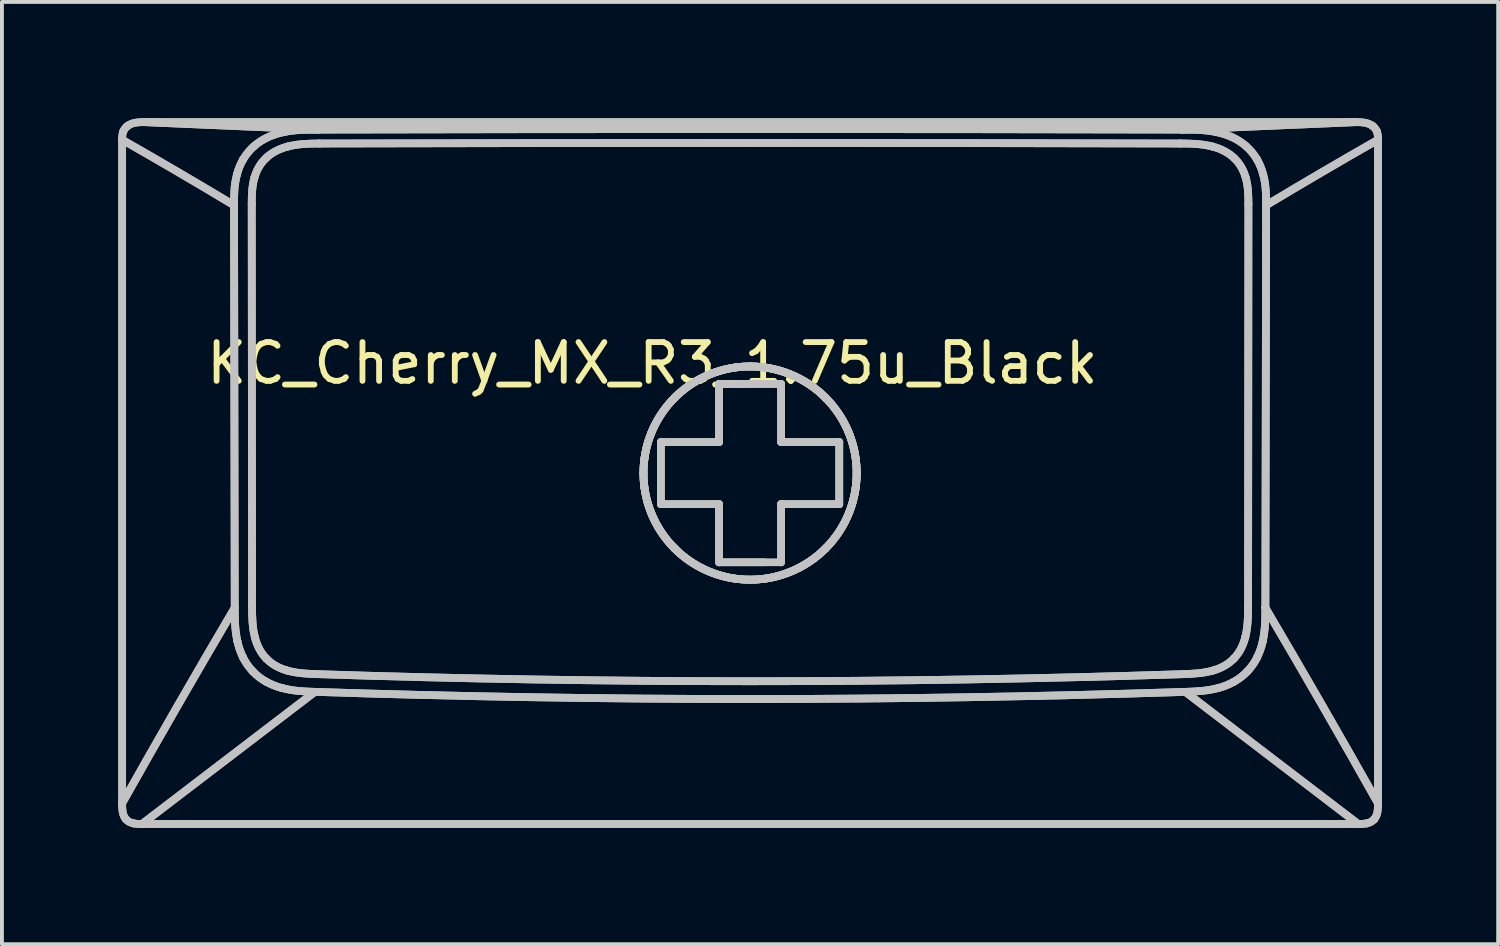
<source format=kicad_pcb>
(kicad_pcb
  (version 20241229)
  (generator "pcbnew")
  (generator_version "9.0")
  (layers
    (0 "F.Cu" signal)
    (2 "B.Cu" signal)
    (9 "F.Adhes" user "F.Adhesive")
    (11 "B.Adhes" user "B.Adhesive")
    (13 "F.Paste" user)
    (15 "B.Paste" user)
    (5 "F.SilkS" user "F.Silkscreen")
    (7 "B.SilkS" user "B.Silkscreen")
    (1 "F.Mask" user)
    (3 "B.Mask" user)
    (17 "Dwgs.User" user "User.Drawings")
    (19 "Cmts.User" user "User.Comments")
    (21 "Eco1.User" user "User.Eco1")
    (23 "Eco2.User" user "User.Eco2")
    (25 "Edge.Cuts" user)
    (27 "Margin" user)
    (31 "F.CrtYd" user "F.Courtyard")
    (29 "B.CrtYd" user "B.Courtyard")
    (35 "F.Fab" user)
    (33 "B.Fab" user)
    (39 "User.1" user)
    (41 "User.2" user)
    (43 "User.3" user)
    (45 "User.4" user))
  (footprint "KC_Cherry_MX_R3_1.75u_Black"
    (layer "F.Cu")
    (at 16.314 9.111)
    (property "Reference" "KC_Cherry_MX_R3_1.75u_Black" (at -2.54 -2.794 0) (layer "F.SilkS") (effects (font (size 1 1) (thickness 0.15))))
    (attr allow_missing_courtyard)
    (fp_line (start -16.214 8.556) (end -16.214 -8.557) (stroke (width 0.2) (type default)) (layer "Dwgs.User"))
    (fp_line (start -16.214 8.556) (end -16.214 -8.557) (stroke (width 0.2) (type default)) (layer "Dwgs.User"))
    (fp_line (start -15.703 9.089) (end -11.243 5.682) (stroke (width 0.2) (type default)) (layer "Dwgs.User"))
    (fp_line (start -15.703 9.089) (end -11.243 5.682) (stroke (width 0.2) (type default)) (layer "Dwgs.User"))
    (fp_line (start -15.646 -9.011) (end -11.151 -8.819) (stroke (width 0.2) (type default)) (layer "Dwgs.User"))
    (fp_line (start -15.646 -9.011) (end -11.151 -8.819) (stroke (width 0.2) (type default)) (layer "Dwgs.User"))
    (fp_line (start -15.646 -9.011) (end 15.606 -9.011) (stroke (width 0.2) (type default)) (layer "Dwgs.User"))
    (fp_line (start -15.646 -9.011) (end 15.606 -9.011) (stroke (width 0.2) (type default)) (layer "Dwgs.User"))
    (fp_line (start -13.328 -6.866) (end -13.31 3.513) (stroke (width 0.2) (type default)) (layer "Dwgs.User"))
    (fp_line (start -13.328 -6.866) (end -13.31 3.513) (stroke (width 0.2) (type default)) (layer "Dwgs.User"))
    (fp_line (start -12.872 -6.895) (end -12.864 3.484) (stroke (width 0.2) (type default)) (layer "Dwgs.User"))
    (fp_line (start -12.872 -6.895) (end -12.864 3.484) (stroke (width 0.2) (type default)) (layer "Dwgs.User"))
    (fp_line (start -2.32 -0.76) (end -0.82 -0.76) (stroke (width 0.2) (type default)) (layer "Dwgs.User"))
    (fp_line (start -2.32 -0.76) (end -0.82 -0.76) (stroke (width 0.2) (type default)) (layer "Dwgs.User"))
    (fp_line (start -2.32 0.84) (end -2.32 -0.76) (stroke (width 0.2) (type default)) (layer "Dwgs.User"))
    (fp_line (start -2.32 0.84) (end -2.32 -0.76) (stroke (width 0.2) (type default)) (layer "Dwgs.User"))
    (fp_line (start -0.82 -2.26) (end 0.78 -2.26) (stroke (width 0.2) (type default)) (layer "Dwgs.User"))
    (fp_line (start -0.82 -2.26) (end 0.78 -2.26) (stroke (width 0.2) (type default)) (layer "Dwgs.User"))
    (fp_line (start -0.82 -0.76) (end -0.82 -2.26) (stroke (width 0.2) (type default)) (layer "Dwgs.User"))
    (fp_line (start -0.82 -0.76) (end -0.82 -2.26) (stroke (width 0.2) (type default)) (layer "Dwgs.User"))
    (fp_line (start -0.82 0.84) (end -2.32 0.84) (stroke (width 0.2) (type default)) (layer "Dwgs.User"))
    (fp_line (start -0.82 0.84) (end -2.32 0.84) (stroke (width 0.2) (type default)) (layer "Dwgs.User"))
    (fp_line (start -0.82 2.34) (end -0.82 0.84) (stroke (width 0.2) (type default)) (layer "Dwgs.User"))
    (fp_line (start -0.82 2.34) (end -0.82 0.84) (stroke (width 0.2) (type default)) (layer "Dwgs.User"))
    (fp_line (start 0.355 -2.685) (end 0.355 -2.685) (stroke (width 0.2) (type default)) (layer "Dwgs.User"))
    (fp_line (start 0.355 2.34) (end -0.82 2.34) (stroke (width 0.2) (type default)) (layer "Dwgs.User"))
    (fp_line (start 0.78 -2.26) (end 0.78 -0.76) (stroke (width 0.2) (type default)) (layer "Dwgs.User"))
    (fp_line (start 0.78 -2.26) (end 0.78 -0.76) (stroke (width 0.2) (type default)) (layer "Dwgs.User"))
    (fp_line (start 0.78 -0.76) (end 2.28 -0.76) (stroke (width 0.2) (type default)) (layer "Dwgs.User"))
    (fp_line (start 0.78 -0.76) (end 2.28 -0.76) (stroke (width 0.2) (type default)) (layer "Dwgs.User"))
    (fp_line (start 0.78 0.84) (end 0.78 2.34) (stroke (width 0.2) (type default)) (layer "Dwgs.User"))
    (fp_line (start 0.78 0.84) (end 0.78 2.34) (stroke (width 0.2) (type default)) (layer "Dwgs.User"))
    (fp_line (start 0.78 2.34) (end -0.82 2.34) (stroke (width 0.2) (type default)) (layer "Dwgs.User"))
    (fp_line (start 2.28 -0.76) (end 2.28 0.84) (stroke (width 0.2) (type default)) (layer "Dwgs.User"))
    (fp_line (start 2.28 -0.76) (end 2.28 0.84) (stroke (width 0.2) (type default)) (layer "Dwgs.User"))
    (fp_line (start 2.28 0.84) (end 0.78 0.84) (stroke (width 0.2) (type default)) (layer "Dwgs.User"))
    (fp_line (start 2.28 0.84) (end 0.78 0.84) (stroke (width 0.2) (type default)) (layer "Dwgs.User"))
    (fp_line (start 11.111 -8.819) (end 15.606 -9.011) (stroke (width 0.2) (type default)) (layer "Dwgs.User"))
    (fp_line (start 11.111 -8.819) (end 15.606 -9.011) (stroke (width 0.2) (type default)) (layer "Dwgs.User"))
    (fp_line (start 12.824 3.484) (end 12.832 -6.895) (stroke (width 0.2) (type default)) (layer "Dwgs.User"))
    (fp_line (start 12.824 3.484) (end 12.832 -6.895) (stroke (width 0.2) (type default)) (layer "Dwgs.User"))
    (fp_line (start 13.27 3.513) (end 13.288 -6.866) (stroke (width 0.2) (type default)) (layer "Dwgs.User"))
    (fp_line (start 13.27 3.513) (end 13.288 -6.866) (stroke (width 0.2) (type default)) (layer "Dwgs.User"))
    (fp_line (start 15.663 9.089) (end -15.703 9.089) (stroke (width 0.2) (type default)) (layer "Dwgs.User"))
    (fp_line (start 15.663 9.089) (end -15.703 9.089) (stroke (width 0.2) (type default)) (layer "Dwgs.User"))
    (fp_line (start 15.663 9.089) (end 11.203 5.682) (stroke (width 0.2) (type default)) (layer "Dwgs.User"))
    (fp_line (start 15.663 9.089) (end 11.203 5.682) (stroke (width 0.2) (type default)) (layer "Dwgs.User"))
    (fp_line (start 16.174 -8.557) (end 16.174 8.556) (stroke (width 0.2) (type default)) (layer "Dwgs.User"))
    (fp_line (start 16.174 -8.557) (end 16.174 8.556) (stroke (width 0.2) (type default)) (layer "Dwgs.User"))
    (fp_curve (pts (xy -16.214 -8.557) (xy -16.214 -8.63) (xy -16.212 -8.706) (xy -16.183 -8.775)) (stroke (width 0.2) (type default)) (layer "Dwgs.User"))
    (fp_curve (pts (xy -16.214 -8.557) (xy -16.214 -8.63) (xy -16.212 -8.706) (xy -16.183 -8.775)) (stroke (width 0.2) (type default)) (layer "Dwgs.User"))
    (fp_curve (pts (xy -16.214 -8.557) (xy -15.226 -7.992) (xy -14.258 -7.427) (xy -13.328 -6.866)) (stroke (width 0.2) (type default)) (layer "Dwgs.User"))
    (fp_curve (pts (xy -16.214 -8.557) (xy -15.226 -7.992) (xy -14.258 -7.427) (xy -13.328 -6.866)) (stroke (width 0.2) (type default)) (layer "Dwgs.User"))
    (fp_curve (pts (xy -16.214 8.556) (xy -15.271 6.879) (xy -14.303 5.198) (xy -13.31 3.513)) (stroke (width 0.2) (type default)) (layer "Dwgs.User"))
    (fp_curve (pts (xy -16.214 8.556) (xy -15.271 6.879) (xy -14.303 5.198) (xy -13.31 3.513)) (stroke (width 0.2) (type default)) (layer "Dwgs.User"))
    (fp_curve (pts (xy -16.183 -8.775) (xy -16.159 -8.832) (xy -16.122 -8.878) (xy -16.072 -8.915)) (stroke (width 0.2) (type default)) (layer "Dwgs.User"))
    (fp_curve (pts (xy -16.183 -8.775) (xy -16.159 -8.832) (xy -16.122 -8.878) (xy -16.072 -8.915)) (stroke (width 0.2) (type default)) (layer "Dwgs.User"))
    (fp_curve (pts (xy -16.121 8.961) (xy -16.213 8.848) (xy -16.214 8.694) (xy -16.214 8.556)) (stroke (width 0.2) (type default)) (layer "Dwgs.User"))
    (fp_curve (pts (xy -16.121 8.961) (xy -16.213 8.848) (xy -16.214 8.694) (xy -16.214 8.556)) (stroke (width 0.2) (type default)) (layer "Dwgs.User"))
    (fp_curve (pts (xy -16.072 -8.915) (xy -15.95 -9.005) (xy -15.792 -9.012) (xy -15.646 -9.011)) (stroke (width 0.2) (type default)) (layer "Dwgs.User"))
    (fp_curve (pts (xy -16.072 -8.915) (xy -15.95 -9.005) (xy -15.792 -9.012) (xy -15.646 -9.011)) (stroke (width 0.2) (type default)) (layer "Dwgs.User"))
    (fp_curve (pts (xy -15.92 9.074) (xy -15.996 9.059) (xy -16.071 9.022) (xy -16.121 8.961)) (stroke (width 0.2) (type default)) (layer "Dwgs.User"))
    (fp_curve (pts (xy -15.92 9.074) (xy -15.996 9.059) (xy -16.071 9.022) (xy -16.121 8.961)) (stroke (width 0.2) (type default)) (layer "Dwgs.User"))
    (fp_curve (pts (xy -15.703 9.089) (xy -15.776 9.092) (xy -15.848 9.087) (xy -15.92 9.074)) (stroke (width 0.2) (type default)) (layer "Dwgs.User"))
    (fp_curve (pts (xy -15.703 9.089) (xy -15.776 9.092) (xy -15.848 9.087) (xy -15.92 9.074)) (stroke (width 0.2) (type default)) (layer "Dwgs.User"))
    (fp_curve (pts (xy -13.328 -6.866) (xy -13.327 -7.097) (xy -13.332 -7.365) (xy -13.252 -7.665)) (stroke (width 0.2) (type default)) (layer "Dwgs.User"))
    (fp_curve (pts (xy -13.328 -6.866) (xy -13.327 -7.097) (xy -13.332 -7.365) (xy -13.252 -7.665)) (stroke (width 0.2) (type default)) (layer "Dwgs.User"))
    (fp_curve (pts (xy -13.252 -7.665) (xy -13.218 -7.798) (xy -13.164 -7.928) (xy -13.09 -8.056)) (stroke (width 0.2) (type default)) (layer "Dwgs.User"))
    (fp_curve (pts (xy -13.252 -7.665) (xy -13.218 -7.798) (xy -13.164 -7.928) (xy -13.09 -8.056)) (stroke (width 0.2) (type default)) (layer "Dwgs.User"))
    (fp_curve (pts (xy -13.24 4.384) (xy -13.311 4.066) (xy -13.309 3.776) (xy -13.31 3.513)) (stroke (width 0.2) (type default)) (layer "Dwgs.User"))
    (fp_curve (pts (xy -13.24 4.384) (xy -13.311 4.066) (xy -13.309 3.776) (xy -13.31 3.513)) (stroke (width 0.2) (type default)) (layer "Dwgs.User"))
    (fp_curve (pts (xy -13.098 4.791) (xy -13.164 4.653) (xy -13.212 4.517) (xy -13.24 4.384)) (stroke (width 0.2) (type default)) (layer "Dwgs.User"))
    (fp_curve (pts (xy -13.098 4.791) (xy -13.164 4.653) (xy -13.212 4.517) (xy -13.24 4.384)) (stroke (width 0.2) (type default)) (layer "Dwgs.User"))
    (fp_curve (pts (xy -13.09 -8.056) (xy -13.015 -8.181) (xy -12.923 -8.292) (xy -12.816 -8.388)) (stroke (width 0.2) (type default)) (layer "Dwgs.User"))
    (fp_curve (pts (xy -13.09 -8.056) (xy -13.015 -8.181) (xy -12.923 -8.292) (xy -12.816 -8.388)) (stroke (width 0.2) (type default)) (layer "Dwgs.User"))
    (fp_curve (pts (xy -12.872 -6.895) (xy -12.872 -7.125) (xy -12.866 -7.359) (xy -12.802 -7.581)) (stroke (width 0.2) (type default)) (layer "Dwgs.User"))
    (fp_curve (pts (xy -12.872 -6.895) (xy -12.872 -7.125) (xy -12.866 -7.359) (xy -12.802 -7.581)) (stroke (width 0.2) (type default)) (layer "Dwgs.User"))
    (fp_curve (pts (xy -12.848 5.15) (xy -12.952 5.038) (xy -13.036 4.918) (xy -13.098 4.791)) (stroke (width 0.2) (type default)) (layer "Dwgs.User"))
    (fp_curve (pts (xy -12.848 5.15) (xy -12.952 5.038) (xy -13.036 4.918) (xy -13.098 4.791)) (stroke (width 0.2) (type default)) (layer "Dwgs.User"))
    (fp_curve (pts (xy -12.816 -8.388) (xy -12.579 -8.598) (xy -12.301 -8.701) (xy -12.048 -8.754)) (stroke (width 0.2) (type default)) (layer "Dwgs.User"))
    (fp_curve (pts (xy -12.816 -8.388) (xy -12.579 -8.598) (xy -12.301 -8.701) (xy -12.048 -8.754)) (stroke (width 0.2) (type default)) (layer "Dwgs.User"))
    (fp_curve (pts (xy -12.802 -7.581) (xy -12.749 -7.771) (xy -12.648 -7.949) (xy -12.504 -8.084)) (stroke (width 0.2) (type default)) (layer "Dwgs.User"))
    (fp_curve (pts (xy -12.802 -7.581) (xy -12.749 -7.771) (xy -12.648 -7.949) (xy -12.504 -8.084)) (stroke (width 0.2) (type default)) (layer "Dwgs.User"))
    (fp_curve (pts (xy -12.792 4.269) (xy -12.857 4.013) (xy -12.863 3.746) (xy -12.864 3.484)) (stroke (width 0.2) (type default)) (layer "Dwgs.User"))
    (fp_curve (pts (xy -12.792 4.269) (xy -12.857 4.013) (xy -12.863 3.746) (xy -12.864 3.484)) (stroke (width 0.2) (type default)) (layer "Dwgs.User"))
    (fp_curve (pts (xy -12.504 -8.084) (xy -12.348 -8.234) (xy -12.148 -8.329) (xy -11.939 -8.383)) (stroke (width 0.2) (type default)) (layer "Dwgs.User"))
    (fp_curve (pts (xy -12.504 -8.084) (xy -12.348 -8.234) (xy -12.148 -8.329) (xy -11.939 -8.383)) (stroke (width 0.2) (type default)) (layer "Dwgs.User"))
    (fp_curve (pts (xy -12.501 4.818) (xy -12.648 4.666) (xy -12.741 4.471) (xy -12.792 4.269)) (stroke (width 0.2) (type default)) (layer "Dwgs.User"))
    (fp_curve (pts (xy -12.501 4.818) (xy -12.648 4.666) (xy -12.741 4.471) (xy -12.792 4.269)) (stroke (width 0.2) (type default)) (layer "Dwgs.User"))
    (fp_curve (pts (xy -12.5 5.42) (xy -12.627 5.35) (xy -12.743 5.26) (xy -12.848 5.15)) (stroke (width 0.2) (type default)) (layer "Dwgs.User"))
    (fp_curve (pts (xy -12.5 5.42) (xy -12.627 5.35) (xy -12.743 5.26) (xy -12.848 5.15)) (stroke (width 0.2) (type default)) (layer "Dwgs.User"))
    (fp_curve (pts (xy -12.099 5.581) (xy -12.231 5.548) (xy -12.365 5.494) (xy -12.5 5.42)) (stroke (width 0.2) (type default)) (layer "Dwgs.User"))
    (fp_curve (pts (xy -12.099 5.581) (xy -12.231 5.548) (xy -12.365 5.494) (xy -12.5 5.42)) (stroke (width 0.2) (type default)) (layer "Dwgs.User"))
    (fp_curve (pts (xy -12.048 -8.754) (xy -11.725 -8.822) (xy -11.425 -8.816) (xy -11.151 -8.819)) (stroke (width 0.2) (type default)) (layer "Dwgs.User"))
    (fp_curve (pts (xy -12.048 -8.754) (xy -11.725 -8.822) (xy -11.425 -8.816) (xy -11.151 -8.819)) (stroke (width 0.2) (type default)) (layer "Dwgs.User"))
    (fp_curve (pts (xy -11.972 5.128) (xy -12.17 5.07) (xy -12.358 4.969) (xy -12.501 4.818)) (stroke (width 0.2) (type default)) (layer "Dwgs.User"))
    (fp_curve (pts (xy -11.972 5.128) (xy -12.17 5.07) (xy -12.358 4.969) (xy -12.501 4.818)) (stroke (width 0.2) (type default)) (layer "Dwgs.User"))
    (fp_curve (pts (xy -11.939 -8.383) (xy -11.674 -8.452) (xy -11.396 -8.459) (xy -11.123 -8.46)) (stroke (width 0.2) (type default)) (layer "Dwgs.User"))
    (fp_curve (pts (xy -11.939 -8.383) (xy -11.674 -8.452) (xy -11.396 -8.459) (xy -11.123 -8.46)) (stroke (width 0.2) (type default)) (layer "Dwgs.User"))
    (fp_curve (pts (xy -11.243 5.682) (xy -11.5 5.672) (xy -11.785 5.666) (xy -12.099 5.581)) (stroke (width 0.2) (type default)) (layer "Dwgs.User"))
    (fp_curve (pts (xy -11.243 5.682) (xy -11.5 5.672) (xy -11.785 5.666) (xy -12.099 5.581)) (stroke (width 0.2) (type default)) (layer "Dwgs.User"))
    (fp_curve (pts (xy -11.243 5.682) (xy -3.775 5.928) (xy 3.735 5.928) (xy 11.203 5.682)) (stroke (width 0.2) (type default)) (layer "Dwgs.User"))
    (fp_curve (pts (xy -11.243 5.682) (xy -3.775 5.928) (xy 3.735 5.928) (xy 11.203 5.682)) (stroke (width 0.2) (type default)) (layer "Dwgs.User"))
    (fp_curve (pts (xy -11.21 5.224) (xy -11.466 5.215) (xy -11.725 5.201) (xy -11.972 5.128)) (stroke (width 0.2) (type default)) (layer "Dwgs.User"))
    (fp_curve (pts (xy -11.21 5.224) (xy -11.466 5.215) (xy -11.725 5.201) (xy -11.972 5.128)) (stroke (width 0.2) (type default)) (layer "Dwgs.User"))
    (fp_curve (pts (xy -11.21 5.224) (xy -3.764 5.469) (xy 3.724 5.469) (xy 11.17 5.224)) (stroke (width 0.2) (type default)) (layer "Dwgs.User"))
    (fp_curve (pts (xy -11.21 5.224) (xy -3.764 5.469) (xy 3.724 5.469) (xy 11.17 5.224)) (stroke (width 0.2) (type default)) (layer "Dwgs.User"))
    (fp_curve (pts (xy -2.77 0.039) (xy -2.77 0.363) (xy -2.711 0.713) (xy -2.577 1.052)) (stroke (width 0.2) (type default)) (layer "Dwgs.User"))
    (fp_curve (pts (xy -2.77 0.039) (xy -2.77 0.363) (xy -2.711 0.713) (xy -2.577 1.052)) (stroke (width 0.2) (type default)) (layer "Dwgs.User"))
    (fp_curve (pts (xy -2.744 0.414) (xy -2.663 1.004) (xy -2.392 1.557) (xy -1.965 1.984)) (stroke (width 0.2) (type default)) (layer "Dwgs.User"))
    (fp_curve (pts (xy -2.744 0.414) (xy -2.663 1.004) (xy -2.392 1.557) (xy -1.965 1.984)) (stroke (width 0.2) (type default)) (layer "Dwgs.User"))
    (fp_curve (pts (xy -2.744 -0.336) (xy -2.779 -0.086) (xy -2.779 0.164) (xy -2.744 0.414)) (stroke (width 0.2) (type default)) (layer "Dwgs.User"))
    (fp_curve (pts (xy -2.744 -0.336) (xy -2.779 -0.086) (xy -2.779 0.164) (xy -2.744 0.414)) (stroke (width 0.2) (type default)) (layer "Dwgs.User"))
    (fp_curve (pts (xy -2.577 -0.973) (xy -2.711 -0.634) (xy -2.77 -0.284) (xy -2.77 0.039)) (stroke (width 0.2) (type default)) (layer "Dwgs.User"))
    (fp_curve (pts (xy -2.577 -0.973) (xy -2.711 -0.634) (xy -2.77 -0.284) (xy -2.77 0.039)) (stroke (width 0.2) (type default)) (layer "Dwgs.User"))
    (fp_curve (pts (xy -2.577 1.052) (xy -2.444 1.39) (xy -2.234 1.716) (xy -1.965 1.984)) (stroke (width 0.2) (type default)) (layer "Dwgs.User"))
    (fp_curve (pts (xy -2.577 1.052) (xy -2.444 1.39) (xy -2.234 1.716) (xy -1.965 1.984)) (stroke (width 0.2) (type default)) (layer "Dwgs.User"))
    (fp_curve (pts (xy -1.965 -1.905) (xy -2.391 -1.478) (xy -2.663 -0.926) (xy -2.744 -0.336)) (stroke (width 0.2) (type default)) (layer "Dwgs.User"))
    (fp_curve (pts (xy -1.965 -1.905) (xy -2.391 -1.478) (xy -2.663 -0.926) (xy -2.744 -0.336)) (stroke (width 0.2) (type default)) (layer "Dwgs.User"))
    (fp_curve (pts (xy -1.965 -1.905) (xy -2.234 -1.637) (xy -2.444 -1.311) (xy -2.577 -0.973)) (stroke (width 0.2) (type default)) (layer "Dwgs.User"))
    (fp_curve (pts (xy -1.965 -1.905) (xy -2.234 -1.637) (xy -2.444 -1.311) (xy -2.577 -0.973)) (stroke (width 0.2) (type default)) (layer "Dwgs.User"))
    (fp_curve (pts (xy -1.965 1.984) (xy -1.696 2.253) (xy -1.371 2.463) (xy -1.032 2.596)) (stroke (width 0.2) (type default)) (layer "Dwgs.User"))
    (fp_curve (pts (xy -1.965 1.984) (xy -1.696 2.253) (xy -1.371 2.463) (xy -1.032 2.596)) (stroke (width 0.2) (type default)) (layer "Dwgs.User"))
    (fp_curve (pts (xy -1.965 1.984) (xy -1.546 2.405) (xy -0.985 2.684) (xy -0.395 2.764)) (stroke (width 0.2) (type default)) (layer "Dwgs.User"))
    (fp_curve (pts (xy -1.965 1.984) (xy -1.546 2.405) (xy -0.985 2.684) (xy -0.395 2.764)) (stroke (width 0.2) (type default)) (layer "Dwgs.User"))
    (fp_curve (pts (xy -1.032 -2.518) (xy -1.371 -2.384) (xy -1.696 -2.174) (xy -1.965 -1.905)) (stroke (width 0.2) (type default)) (layer "Dwgs.User"))
    (fp_curve (pts (xy -1.032 -2.518) (xy -1.371 -2.384) (xy -1.696 -2.174) (xy -1.965 -1.905)) (stroke (width 0.2) (type default)) (layer "Dwgs.User"))
    (fp_curve (pts (xy -1.032 2.596) (xy -0.693 2.731) (xy -0.344 2.79) (xy -0.02 2.789)) (stroke (width 0.2) (type default)) (layer "Dwgs.User"))
    (fp_curve (pts (xy -1.032 2.596) (xy -0.693 2.731) (xy -0.344 2.79) (xy -0.02 2.789)) (stroke (width 0.2) (type default)) (layer "Dwgs.User"))
    (fp_curve (pts (xy -0.395 -2.685) (xy -0.985 -2.605) (xy -1.546 -2.326) (xy -1.965 -1.905)) (stroke (width 0.2) (type default)) (layer "Dwgs.User"))
    (fp_curve (pts (xy -0.395 -2.685) (xy -0.985 -2.605) (xy -1.546 -2.326) (xy -1.965 -1.905)) (stroke (width 0.2) (type default)) (layer "Dwgs.User"))
    (fp_curve (pts (xy -0.395 -2.685) (xy -0.145 -2.719) (xy 0.105 -2.719) (xy 0.355 -2.685)) (stroke (width 0.2) (type default)) (layer "Dwgs.User"))
    (fp_curve (pts (xy -0.395 -2.685) (xy -0.145 -2.719) (xy 0.105 -2.719) (xy 0.355 -2.685)) (stroke (width 0.2) (type default)) (layer "Dwgs.User"))
    (fp_curve (pts (xy -0.02 -2.711) (xy -0.344 -2.711) (xy -0.693 -2.652) (xy -1.032 -2.518)) (stroke (width 0.2) (type default)) (layer "Dwgs.User"))
    (fp_curve (pts (xy -0.02 -2.711) (xy -0.344 -2.711) (xy -0.693 -2.652) (xy -1.032 -2.518)) (stroke (width 0.2) (type default)) (layer "Dwgs.User"))
    (fp_curve (pts (xy -0.02 2.789) (xy 0.304 2.79) (xy 0.653 2.731) (xy 0.992 2.596)) (stroke (width 0.2) (type default)) (layer "Dwgs.User"))
    (fp_curve (pts (xy -0.02 2.789) (xy 0.304 2.79) (xy 0.653 2.731) (xy 0.992 2.596)) (stroke (width 0.2) (type default)) (layer "Dwgs.User"))
    (fp_curve (pts (xy 0.355 2.764) (xy 0.105 2.798) (xy -0.145 2.798) (xy -0.395 2.764)) (stroke (width 0.2) (type default)) (layer "Dwgs.User"))
    (fp_curve (pts (xy 0.355 2.764) (xy 0.105 2.798) (xy -0.145 2.798) (xy -0.395 2.764)) (stroke (width 0.2) (type default)) (layer "Dwgs.User"))
    (fp_curve (pts (xy 0.355 2.764) (xy 0.945 2.684) (xy 1.506 2.405) (xy 1.925 1.984)) (stroke (width 0.2) (type default)) (layer "Dwgs.User"))
    (fp_curve (pts (xy 0.355 2.764) (xy 0.945 2.684) (xy 1.506 2.405) (xy 1.925 1.984)) (stroke (width 0.2) (type default)) (layer "Dwgs.User"))
    (fp_curve (pts (xy 0.992 -2.518) (xy 0.653 -2.652) (xy 0.304 -2.711) (xy -0.02 -2.711)) (stroke (width 0.2) (type default)) (layer "Dwgs.User"))
    (fp_curve (pts (xy 0.992 -2.518) (xy 0.653 -2.652) (xy 0.304 -2.711) (xy -0.02 -2.711)) (stroke (width 0.2) (type default)) (layer "Dwgs.User"))
    (fp_curve (pts (xy 0.992 2.596) (xy 1.331 2.463) (xy 1.656 2.253) (xy 1.925 1.984)) (stroke (width 0.2) (type default)) (layer "Dwgs.User"))
    (fp_curve (pts (xy 0.992 2.596) (xy 1.331 2.463) (xy 1.656 2.253) (xy 1.925 1.984)) (stroke (width 0.2) (type default)) (layer "Dwgs.User"))
    (fp_curve (pts (xy 1.925 -1.905) (xy 1.506 -2.326) (xy 0.945 -2.605) (xy 0.355 -2.685)) (stroke (width 0.2) (type default)) (layer "Dwgs.User"))
    (fp_curve (pts (xy 1.925 -1.905) (xy 1.506 -2.326) (xy 0.945 -2.605) (xy 0.355 -2.685)) (stroke (width 0.2) (type default)) (layer "Dwgs.User"))
    (fp_curve (pts (xy 1.925 -1.905) (xy 1.656 -2.174) (xy 1.331 -2.384) (xy 0.992 -2.518)) (stroke (width 0.2) (type default)) (layer "Dwgs.User"))
    (fp_curve (pts (xy 1.925 -1.905) (xy 1.656 -2.174) (xy 1.331 -2.384) (xy 0.992 -2.518)) (stroke (width 0.2) (type default)) (layer "Dwgs.User"))
    (fp_curve (pts (xy 1.925 1.984) (xy 2.194 1.716) (xy 2.404 1.39) (xy 2.537 1.052)) (stroke (width 0.2) (type default)) (layer "Dwgs.User"))
    (fp_curve (pts (xy 1.925 1.984) (xy 2.194 1.716) (xy 2.404 1.39) (xy 2.537 1.052)) (stroke (width 0.2) (type default)) (layer "Dwgs.User"))
    (fp_curve (pts (xy 1.925 1.984) (xy 2.352 1.557) (xy 2.623 1.004) (xy 2.704 0.414)) (stroke (width 0.2) (type default)) (layer "Dwgs.User"))
    (fp_curve (pts (xy 1.925 1.984) (xy 2.352 1.557) (xy 2.623 1.004) (xy 2.704 0.414)) (stroke (width 0.2) (type default)) (layer "Dwgs.User"))
    (fp_curve (pts (xy 2.537 -0.973) (xy 2.404 -1.311) (xy 2.194 -1.637) (xy 1.925 -1.905)) (stroke (width 0.2) (type default)) (layer "Dwgs.User"))
    (fp_curve (pts (xy 2.537 -0.973) (xy 2.404 -1.311) (xy 2.194 -1.637) (xy 1.925 -1.905)) (stroke (width 0.2) (type default)) (layer "Dwgs.User"))
    (fp_curve (pts (xy 2.537 1.052) (xy 2.671 0.713) (xy 2.73 0.363) (xy 2.73 0.039)) (stroke (width 0.2) (type default)) (layer "Dwgs.User"))
    (fp_curve (pts (xy 2.537 1.052) (xy 2.671 0.713) (xy 2.73 0.363) (xy 2.73 0.039)) (stroke (width 0.2) (type default)) (layer "Dwgs.User"))
    (fp_curve (pts (xy 2.704 -0.336) (xy 2.721 -0.212) (xy 2.73 -0.086) (xy 2.73 0.039)) (stroke (width 0.2) (type default)) (layer "Dwgs.User"))
    (fp_curve (pts (xy 2.704 -0.336) (xy 2.721 -0.212) (xy 2.73 -0.086) (xy 2.73 0.039)) (stroke (width 0.2) (type default)) (layer "Dwgs.User"))
    (fp_curve (pts (xy 2.704 -0.336) (xy 2.623 -0.926) (xy 2.351 -1.478) (xy 1.925 -1.905)) (stroke (width 0.2) (type default)) (layer "Dwgs.User"))
    (fp_curve (pts (xy 2.704 -0.336) (xy 2.623 -0.926) (xy 2.351 -1.478) (xy 1.925 -1.905)) (stroke (width 0.2) (type default)) (layer "Dwgs.User"))
    (fp_curve (pts (xy 2.73 0.039) (xy 2.73 -0.284) (xy 2.671 -0.634) (xy 2.537 -0.973)) (stroke (width 0.2) (type default)) (layer "Dwgs.User"))
    (fp_curve (pts (xy 2.73 0.039) (xy 2.73 -0.284) (xy 2.671 -0.634) (xy 2.537 -0.973)) (stroke (width 0.2) (type default)) (layer "Dwgs.User"))
    (fp_curve (pts (xy 2.73 0.039) (xy 2.73 0.165) (xy 2.721 0.29) (xy 2.704 0.414)) (stroke (width 0.2) (type default)) (layer "Dwgs.User"))
    (fp_curve (pts (xy 2.73 0.039) (xy 2.73 0.165) (xy 2.721 0.29) (xy 2.704 0.414)) (stroke (width 0.2) (type default)) (layer "Dwgs.User"))
    (fp_curve (pts (xy 11.083 -8.46) (xy 3.693 -8.479) (xy -3.733 -8.479) (xy -11.123 -8.46)) (stroke (width 0.2) (type default)) (layer "Dwgs.User"))
    (fp_curve (pts (xy 11.083 -8.46) (xy 3.693 -8.479) (xy -3.733 -8.479) (xy -11.123 -8.46)) (stroke (width 0.2) (type default)) (layer "Dwgs.User"))
    (fp_curve (pts (xy 11.083 -8.46) (xy 11.356 -8.46) (xy 11.634 -8.451) (xy 11.899 -8.383)) (stroke (width 0.2) (type default)) (layer "Dwgs.User"))
    (fp_curve (pts (xy 11.083 -8.46) (xy 11.356 -8.46) (xy 11.634 -8.451) (xy 11.899 -8.383)) (stroke (width 0.2) (type default)) (layer "Dwgs.User"))
    (fp_curve (pts (xy 11.111 -8.819) (xy 3.703 -8.837) (xy -3.743 -8.837) (xy -11.151 -8.819)) (stroke (width 0.2) (type default)) (layer "Dwgs.User"))
    (fp_curve (pts (xy 11.111 -8.819) (xy 3.703 -8.837) (xy -3.743 -8.837) (xy -11.151 -8.819)) (stroke (width 0.2) (type default)) (layer "Dwgs.User"))
    (fp_curve (pts (xy 11.111 -8.819) (xy 11.386 -8.817) (xy 11.685 -8.821) (xy 12.008 -8.754)) (stroke (width 0.2) (type default)) (layer "Dwgs.User"))
    (fp_curve (pts (xy 11.111 -8.819) (xy 11.386 -8.817) (xy 11.685 -8.821) (xy 12.008 -8.754)) (stroke (width 0.2) (type default)) (layer "Dwgs.User"))
    (fp_curve (pts (xy 11.899 -8.383) (xy 12.108 -8.329) (xy 12.308 -8.234) (xy 12.464 -8.084)) (stroke (width 0.2) (type default)) (layer "Dwgs.User"))
    (fp_curve (pts (xy 11.899 -8.383) (xy 12.108 -8.329) (xy 12.308 -8.234) (xy 12.464 -8.084)) (stroke (width 0.2) (type default)) (layer "Dwgs.User"))
    (fp_curve (pts (xy 11.932 5.128) (xy 11.685 5.201) (xy 11.426 5.215) (xy 11.17 5.224)) (stroke (width 0.2) (type default)) (layer "Dwgs.User"))
    (fp_curve (pts (xy 11.932 5.128) (xy 11.685 5.201) (xy 11.426 5.215) (xy 11.17 5.224)) (stroke (width 0.2) (type default)) (layer "Dwgs.User"))
    (fp_curve (pts (xy 12.008 -8.754) (xy 12.261 -8.701) (xy 12.538 -8.597) (xy 12.776 -8.388)) (stroke (width 0.2) (type default)) (layer "Dwgs.User"))
    (fp_curve (pts (xy 12.008 -8.754) (xy 12.261 -8.701) (xy 12.538 -8.597) (xy 12.776 -8.388)) (stroke (width 0.2) (type default)) (layer "Dwgs.User"))
    (fp_curve (pts (xy 12.059 5.582) (xy 11.745 5.665) (xy 11.46 5.672) (xy 11.203 5.682)) (stroke (width 0.2) (type default)) (layer "Dwgs.User"))
    (fp_curve (pts (xy 12.059 5.582) (xy 11.745 5.665) (xy 11.46 5.672) (xy 11.203 5.682)) (stroke (width 0.2) (type default)) (layer "Dwgs.User"))
    (fp_curve (pts (xy 12.46 5.42) (xy 12.325 5.494) (xy 12.191 5.548) (xy 12.059 5.582)) (stroke (width 0.2) (type default)) (layer "Dwgs.User"))
    (fp_curve (pts (xy 12.46 5.42) (xy 12.325 5.494) (xy 12.191 5.548) (xy 12.059 5.582)) (stroke (width 0.2) (type default)) (layer "Dwgs.User"))
    (fp_curve (pts (xy 12.461 4.818) (xy 12.318 4.969) (xy 12.13 5.07) (xy 11.932 5.128)) (stroke (width 0.2) (type default)) (layer "Dwgs.User"))
    (fp_curve (pts (xy 12.461 4.818) (xy 12.318 4.969) (xy 12.13 5.07) (xy 11.932 5.128)) (stroke (width 0.2) (type default)) (layer "Dwgs.User"))
    (fp_curve (pts (xy 12.464 -8.084) (xy 12.608 -7.949) (xy 12.708 -7.771) (xy 12.762 -7.581)) (stroke (width 0.2) (type default)) (layer "Dwgs.User"))
    (fp_curve (pts (xy 12.464 -8.084) (xy 12.608 -7.949) (xy 12.708 -7.771) (xy 12.762 -7.581)) (stroke (width 0.2) (type default)) (layer "Dwgs.User"))
    (fp_curve (pts (xy 12.752 4.268) (xy 12.701 4.471) (xy 12.608 4.666) (xy 12.461 4.818)) (stroke (width 0.2) (type default)) (layer "Dwgs.User"))
    (fp_curve (pts (xy 12.752 4.268) (xy 12.701 4.471) (xy 12.608 4.666) (xy 12.461 4.818)) (stroke (width 0.2) (type default)) (layer "Dwgs.User"))
    (fp_curve (pts (xy 12.762 -7.581) (xy 12.826 -7.359) (xy 12.832 -7.125) (xy 12.832 -6.895)) (stroke (width 0.2) (type default)) (layer "Dwgs.User"))
    (fp_curve (pts (xy 12.762 -7.581) (xy 12.826 -7.359) (xy 12.832 -7.125) (xy 12.832 -6.895)) (stroke (width 0.2) (type default)) (layer "Dwgs.User"))
    (fp_curve (pts (xy 12.776 -8.388) (xy 12.883 -8.292) (xy 12.975 -8.181) (xy 13.05 -8.056)) (stroke (width 0.2) (type default)) (layer "Dwgs.User"))
    (fp_curve (pts (xy 12.776 -8.388) (xy 12.883 -8.292) (xy 12.975 -8.181) (xy 13.05 -8.056)) (stroke (width 0.2) (type default)) (layer "Dwgs.User"))
    (fp_curve (pts (xy 12.808 5.15) (xy 12.702 5.26) (xy 12.586 5.35) (xy 12.46 5.42)) (stroke (width 0.2) (type default)) (layer "Dwgs.User"))
    (fp_curve (pts (xy 12.808 5.15) (xy 12.702 5.26) (xy 12.586 5.35) (xy 12.46 5.42)) (stroke (width 0.2) (type default)) (layer "Dwgs.User"))
    (fp_curve (pts (xy 12.824 3.484) (xy 12.823 3.746) (xy 12.817 4.013) (xy 12.752 4.268)) (stroke (width 0.2) (type default)) (layer "Dwgs.User"))
    (fp_curve (pts (xy 12.824 3.484) (xy 12.823 3.746) (xy 12.817 4.013) (xy 12.752 4.268)) (stroke (width 0.2) (type default)) (layer "Dwgs.User"))
    (fp_curve (pts (xy 13.05 -8.056) (xy 13.124 -7.928) (xy 13.178 -7.797) (xy 13.212 -7.665)) (stroke (width 0.2) (type default)) (layer "Dwgs.User"))
    (fp_curve (pts (xy 13.05 -8.056) (xy 13.124 -7.928) (xy 13.178 -7.797) (xy 13.212 -7.665)) (stroke (width 0.2) (type default)) (layer "Dwgs.User"))
    (fp_curve (pts (xy 13.058 4.79) (xy 12.996 4.918) (xy 12.912 5.038) (xy 12.808 5.15)) (stroke (width 0.2) (type default)) (layer "Dwgs.User"))
    (fp_curve (pts (xy 13.058 4.79) (xy 12.996 4.918) (xy 12.912 5.038) (xy 12.808 5.15)) (stroke (width 0.2) (type default)) (layer "Dwgs.User"))
    (fp_curve (pts (xy 13.2 4.384) (xy 13.172 4.517) (xy 13.124 4.653) (xy 13.058 4.79)) (stroke (width 0.2) (type default)) (layer "Dwgs.User"))
    (fp_curve (pts (xy 13.2 4.384) (xy 13.172 4.517) (xy 13.124 4.653) (xy 13.058 4.79)) (stroke (width 0.2) (type default)) (layer "Dwgs.User"))
    (fp_curve (pts (xy 13.212 -7.665) (xy 13.292 -7.365) (xy 13.287 -7.097) (xy 13.288 -6.866)) (stroke (width 0.2) (type default)) (layer "Dwgs.User"))
    (fp_curve (pts (xy 13.212 -7.665) (xy 13.292 -7.365) (xy 13.287 -7.097) (xy 13.288 -6.866)) (stroke (width 0.2) (type default)) (layer "Dwgs.User"))
    (fp_curve (pts (xy 13.27 3.513) (xy 13.268 3.776) (xy 13.271 4.065) (xy 13.2 4.384)) (stroke (width 0.2) (type default)) (layer "Dwgs.User"))
    (fp_curve (pts (xy 13.27 3.513) (xy 13.268 3.776) (xy 13.271 4.065) (xy 13.2 4.384)) (stroke (width 0.2) (type default)) (layer "Dwgs.User"))
    (fp_curve (pts (xy 13.288 -6.866) (xy 14.218 -7.427) (xy 15.186 -7.992) (xy 16.174 -8.557)) (stroke (width 0.2) (type default)) (layer "Dwgs.User"))
    (fp_curve (pts (xy 13.288 -6.866) (xy 14.218 -7.427) (xy 15.186 -7.992) (xy 16.174 -8.557)) (stroke (width 0.2) (type default)) (layer "Dwgs.User"))
    (fp_curve (pts (xy 15.606 -9.011) (xy 15.752 -9.012) (xy 15.91 -9.005) (xy 16.032 -8.915)) (stroke (width 0.2) (type default)) (layer "Dwgs.User"))
    (fp_curve (pts (xy 15.606 -9.011) (xy 15.752 -9.012) (xy 15.91 -9.005) (xy 16.032 -8.915)) (stroke (width 0.2) (type default)) (layer "Dwgs.User"))
    (fp_curve (pts (xy 15.88 9.074) (xy 15.808 9.087) (xy 15.736 9.092) (xy 15.663 9.089)) (stroke (width 0.2) (type default)) (layer "Dwgs.User"))
    (fp_curve (pts (xy 15.88 9.074) (xy 15.808 9.087) (xy 15.736 9.092) (xy 15.663 9.089)) (stroke (width 0.2) (type default)) (layer "Dwgs.User"))
    (fp_curve (pts (xy 16.032 -8.915) (xy 16.082 -8.878) (xy 16.119 -8.832) (xy 16.143 -8.775)) (stroke (width 0.2) (type default)) (layer "Dwgs.User"))
    (fp_curve (pts (xy 16.032 -8.915) (xy 16.082 -8.878) (xy 16.119 -8.832) (xy 16.143 -8.775)) (stroke (width 0.2) (type default)) (layer "Dwgs.User"))
    (fp_curve (pts (xy 16.081 8.961) (xy 16.031 9.022) (xy 15.956 9.059) (xy 15.88 9.074)) (stroke (width 0.2) (type default)) (layer "Dwgs.User"))
    (fp_curve (pts (xy 16.081 8.961) (xy 16.031 9.022) (xy 15.956 9.059) (xy 15.88 9.074)) (stroke (width 0.2) (type default)) (layer "Dwgs.User"))
    (fp_curve (pts (xy 16.143 -8.775) (xy 16.172 -8.706) (xy 16.174 -8.63) (xy 16.174 -8.557)) (stroke (width 0.2) (type default)) (layer "Dwgs.User"))
    (fp_curve (pts (xy 16.143 -8.775) (xy 16.172 -8.706) (xy 16.174 -8.63) (xy 16.174 -8.557)) (stroke (width 0.2) (type default)) (layer "Dwgs.User"))
    (fp_curve (pts (xy 16.174 8.556) (xy 15.231 6.879) (xy 14.263 5.198) (xy 13.27 3.513)) (stroke (width 0.2) (type default)) (layer "Dwgs.User"))
    (fp_curve (pts (xy 16.174 8.556) (xy 15.231 6.879) (xy 14.263 5.198) (xy 13.27 3.513)) (stroke (width 0.2) (type default)) (layer "Dwgs.User"))
    (fp_curve (pts (xy 16.174 8.556) (xy 16.174 8.694) (xy 16.173 8.848) (xy 16.081 8.961)) (stroke (width 0.2) (type default)) (layer "Dwgs.User"))
    (fp_curve (pts (xy 16.174 8.556) (xy 16.174 8.694) (xy 16.173 8.848) (xy 16.081 8.961)) (stroke (width 0.2) (type default)) (layer "Dwgs.User")))
  (gr_rect
    (start -3 -3)
    (end 35.587 21.3)
    (stroke (width 0.1) (type default))
    (fill no)
    (layer "Edge.Cuts")))
</source>
